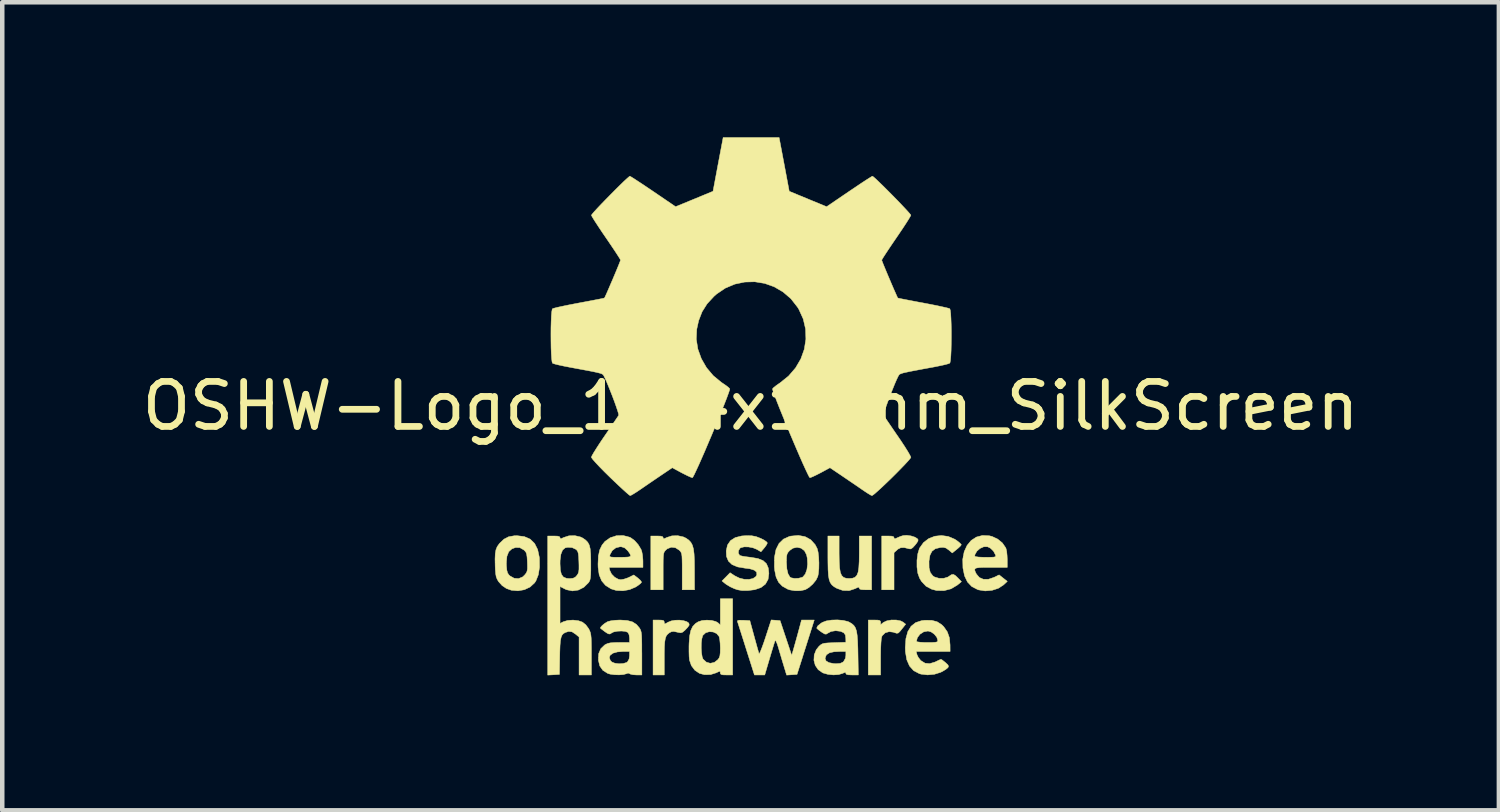
<source format=kicad_pcb>
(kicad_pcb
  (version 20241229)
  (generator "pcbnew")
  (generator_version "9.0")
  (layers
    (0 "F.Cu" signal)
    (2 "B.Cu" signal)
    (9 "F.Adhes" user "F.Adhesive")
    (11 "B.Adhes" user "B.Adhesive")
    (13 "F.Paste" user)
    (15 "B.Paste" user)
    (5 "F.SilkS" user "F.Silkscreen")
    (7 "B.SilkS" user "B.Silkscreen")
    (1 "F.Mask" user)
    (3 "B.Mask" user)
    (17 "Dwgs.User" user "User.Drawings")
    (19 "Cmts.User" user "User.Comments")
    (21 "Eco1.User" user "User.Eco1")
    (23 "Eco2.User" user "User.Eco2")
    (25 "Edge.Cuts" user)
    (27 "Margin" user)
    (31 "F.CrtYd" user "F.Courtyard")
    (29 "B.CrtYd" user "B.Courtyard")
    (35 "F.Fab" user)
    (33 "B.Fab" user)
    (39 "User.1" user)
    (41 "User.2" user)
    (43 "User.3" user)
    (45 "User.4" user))
  (footprint "OSHW-Logo_11.4x12mm_SilkScreen"
    (layer "F.Cu")
    (at 13.625 5.969)
    (property "Reference" "OSHW-Logo_11.4x12mm_SilkScreen" (at 0 0 0) (layer "F.SilkS") (effects (font (size 1 1) (thickness 0.15))))
    (attr exclude_from_pos_files exclude_from_bom)
    (fp_poly (pts (xy 3.564 2.887) (xy 3.649 2.914) (xy 3.704 2.947) (xy 3.722 2.973) (xy 3.717 3.004) (xy 3.685 3.053) (xy 3.658 3.087) (xy 3.602 3.149) (xy 3.56 3.176) (xy 3.524 3.174) (xy 3.418 3.147) (xy 3.34 3.148) (xy 3.277 3.179) (xy 3.256 3.197) (xy 3.187 3.26) (xy 3.187 4.084) (xy 2.914 4.084) (xy 2.914 2.889) (xy 3.05 2.889) (xy 3.133 2.892) (xy 3.175 2.903) (xy 3.187 2.926) (xy 3.187 2.927) (xy 3.193 2.95) (xy 3.22 2.947) (xy 3.256 2.93) (xy 3.331 2.898) (xy 3.392 2.879) (xy 3.471 2.874) (xy 3.564 2.887)) (stroke (width 0.01) (type solid)) (fill yes) (layer "F.SilkS"))
    (fp_poly (pts (xy 3.238 4.756) (xy 3.334 4.775) (xy 3.389 4.803) (xy 3.446 4.849) (xy 3.364 4.952) (xy 3.314 5.014) (xy 3.28 5.045) (xy 3.246 5.05) (xy 3.196 5.035) (xy 3.173 5.026) (xy 3.078 5.014) (xy 2.991 5.04) (xy 2.927 5.101) (xy 2.917 5.12) (xy 2.905 5.171) (xy 2.897 5.266) (xy 2.891 5.396) (xy 2.889 5.556) (xy 2.889 5.579) (xy 2.889 5.976) (xy 2.615 5.976) (xy 2.615 4.756) (xy 2.752 4.756) (xy 2.831 4.758) (xy 2.872 4.768) (xy 2.887 4.788) (xy 2.889 4.808) (xy 2.889 4.859) (xy 2.954 4.808) (xy 3.029 4.773) (xy 3.131 4.755) (xy 3.238 4.756)) (stroke (width 0.01) (type solid)) (fill yes) (layer "F.SilkS"))
    (fp_poly (pts (xy -1.967 4.759) (xy -1.93 4.77) (xy -1.918 4.795) (xy -1.917 4.806) (xy -1.915 4.837) (xy -1.9 4.841) (xy -1.86 4.82) (xy -1.837 4.806) (xy -1.761 4.775) (xy -1.672 4.76) (xy -1.577 4.758) (xy -1.489 4.77) (xy -1.417 4.792) (xy -1.372 4.824) (xy -1.363 4.865) (xy -1.367 4.875) (xy -1.4 4.921) (xy -1.452 4.976) (xy -1.461 4.985) (xy -1.51 5.026) (xy -1.552 5.04) (xy -1.611 5.03) (xy -1.635 5.024) (xy -1.708 5.009) (xy -1.76 5.016) (xy -1.804 5.039) (xy -1.844 5.071) (xy -1.874 5.111) (xy -1.894 5.166) (xy -1.907 5.245) (xy -1.914 5.355) (xy -1.917 5.503) (xy -1.917 5.592) (xy -1.917 5.976) (xy -2.166 5.976) (xy -2.166 4.756) (xy -2.042 4.756) (xy -1.967 4.759)) (stroke (width 0.01) (type solid)) (fill yes) (layer "F.SilkS"))
    (fp_poly (pts (xy 1.967 3.276) (xy 1.97 3.459) (xy 1.978 3.598) (xy 1.995 3.698) (xy 2.023 3.766) (xy 2.065 3.808) (xy 2.121 3.828) (xy 2.191 3.833) (xy 2.265 3.827) (xy 2.321 3.806) (xy 2.361 3.763) (xy 2.389 3.694) (xy 2.405 3.591) (xy 2.413 3.451) (xy 2.415 3.276) (xy 2.415 2.889) (xy 2.689 2.889) (xy 2.689 4.084) (xy 2.552 4.084) (xy 2.47 4.081) (xy 2.427 4.069) (xy 2.415 4.047) (xy 2.408 4.027) (xy 2.38 4.031) (xy 2.322 4.059) (xy 2.191 4.102) (xy 2.051 4.099) (xy 1.918 4.052) (xy 1.854 4.015) (xy 1.806 3.975) (xy 1.77 3.924) (xy 1.746 3.857) (xy 1.73 3.765) (xy 1.722 3.642) (xy 1.719 3.481) (xy 1.718 3.356) (xy 1.718 2.889) (xy 1.967 2.889) (xy 1.967 3.276)) (stroke (width 0.01) (type solid)) (fill yes) (layer "F.SilkS"))
    (fp_poly (pts (xy -1.493 2.909) (xy -1.431 2.939) (xy -1.371 2.982) (xy -1.326 3.031) (xy -1.292 3.094) (xy -1.269 3.177) (xy -1.255 3.288) (xy -1.248 3.434) (xy -1.246 3.622) (xy -1.246 3.642) (xy -1.245 4.084) (xy -1.519 4.084) (xy -1.519 3.676) (xy -1.519 3.525) (xy -1.521 3.416) (xy -1.524 3.34) (xy -1.531 3.289) (xy -1.543 3.255) (xy -1.56 3.229) (xy -1.585 3.203) (xy -1.67 3.149) (xy -1.762 3.138) (xy -1.851 3.173) (xy -1.881 3.199) (xy -1.904 3.223) (xy -1.92 3.249) (xy -1.931 3.285) (xy -1.937 3.339) (xy -1.941 3.418) (xy -1.942 3.533) (xy -1.942 3.672) (xy -1.942 4.084) (xy -2.216 4.084) (xy -2.216 2.889) (xy -2.079 2.889) (xy -1.997 2.892) (xy -1.955 2.903) (xy -1.942 2.926) (xy -1.942 2.927) (xy -1.937 2.949) (xy -1.911 2.946) (xy -1.861 2.922) (xy -1.748 2.886) (xy -1.618 2.882) (xy -1.493 2.909)) (stroke (width 0.01) (type solid)) (fill yes) (layer "F.SilkS"))
    (fp_poly (pts (xy 4.391 2.899) (xy 4.535 2.96) (xy 4.581 2.99) (xy 4.639 3.036) (xy 4.675 3.072) (xy 4.682 3.084) (xy 4.664 3.11) (xy 4.618 3.154) (xy 4.581 3.185) (xy 4.481 3.266) (xy 4.402 3.199) (xy 4.341 3.156) (xy 4.281 3.141) (xy 4.213 3.145) (xy 4.104 3.172) (xy 4.03 3.228) (xy 3.985 3.318) (xy 3.964 3.448) (xy 3.964 3.449) (xy 3.966 3.594) (xy 3.993 3.701) (xy 4.049 3.774) (xy 4.086 3.799) (xy 4.186 3.829) (xy 4.293 3.829) (xy 4.386 3.8) (xy 4.408 3.785) (xy 4.463 3.748) (xy 4.506 3.742) (xy 4.552 3.769) (xy 4.604 3.819) (xy 4.685 3.903) (xy 4.595 3.978) (xy 4.455 4.062) (xy 4.298 4.103) (xy 4.134 4.1) (xy 4.026 4.072) (xy 3.899 4.005) (xy 3.798 3.898) (xy 3.753 3.822) (xy 3.715 3.714) (xy 3.697 3.577) (xy 3.697 3.429) (xy 3.715 3.286) (xy 3.751 3.167) (xy 3.757 3.155) (xy 3.842 3.035) (xy 3.957 2.947) (xy 4.093 2.894) (xy 4.24 2.878) (xy 4.391 2.899)) (stroke (width 0.01) (type solid)) (fill yes) (layer "F.SilkS"))
    (fp_poly (pts (xy 1.21 2.903) (xy 1.336 2.972) (xy 1.434 3.08) (xy 1.48 3.168) (xy 1.5 3.246) (xy 1.513 3.357) (xy 1.519 3.485) (xy 1.517 3.613) (xy 1.506 3.726) (xy 1.494 3.786) (xy 1.454 3.868) (xy 1.383 3.956) (xy 1.298 4.032) (xy 1.214 4.082) (xy 1.212 4.082) (xy 1.108 4.104) (xy 0.985 4.105) (xy 0.867 4.085) (xy 0.822 4.069) (xy 0.705 4.003) (xy 0.622 3.916) (xy 0.567 3.801) (xy 0.536 3.651) (xy 0.529 3.572) (xy 0.53 3.473) (xy 0.797 3.473) (xy 0.806 3.618) (xy 0.832 3.728) (xy 0.873 3.798) (xy 0.902 3.818) (xy 0.977 3.832) (xy 1.066 3.828) (xy 1.144 3.808) (xy 1.164 3.797) (xy 1.217 3.732) (xy 1.252 3.633) (xy 1.267 3.513) (xy 1.26 3.383) (xy 1.244 3.306) (xy 1.197 3.216) (xy 1.123 3.16) (xy 1.033 3.14) (xy 0.941 3.16) (xy 0.87 3.21) (xy 0.832 3.252) (xy 0.811 3.292) (xy 0.8 3.347) (xy 0.797 3.432) (xy 0.797 3.473) (xy 0.53 3.473) (xy 0.531 3.362) (xy 0.565 3.189) (xy 0.632 3.055) (xy 0.731 2.958) (xy 0.862 2.899) (xy 0.89 2.892) (xy 1.06 2.876) (xy 1.21 2.903)) (stroke (width 0.01) (type solid)) (fill yes) (layer "F.SilkS"))
    (fp_poly (pts (xy 0.558 4.761) (xy 0.656 4.769) (xy 0.785 5.155) (xy 0.914 5.541) (xy 0.954 5.404) (xy 0.978 5.319) (xy 1.01 5.205) (xy 1.045 5.079) (xy 1.063 5.012) (xy 1.132 4.756) (xy 1.415 4.756) (xy 1.33 5.024) (xy 1.288 5.156) (xy 1.238 5.314) (xy 1.185 5.48) (xy 1.139 5.628) (xy 1.032 5.964) (xy 0.801 5.979) (xy 0.738 5.772) (xy 0.699 5.644) (xy 0.657 5.502) (xy 0.62 5.377) (xy 0.619 5.372) (xy 0.592 5.288) (xy 0.567 5.23) (xy 0.55 5.208) (xy 0.547 5.21) (xy 0.534 5.244) (xy 0.511 5.317) (xy 0.48 5.419) (xy 0.443 5.542) (xy 0.423 5.609) (xy 0.315 5.976) (xy 0.086 5.976) (xy -0.098 5.397) (xy -0.149 5.235) (xy -0.196 5.088) (xy -0.236 4.962) (xy -0.267 4.865) (xy -0.287 4.804) (xy -0.293 4.786) (xy -0.288 4.768) (xy -0.251 4.76) (xy -0.173 4.761) (xy -0.16 4.761) (xy -0.016 4.769) (xy 0.079 5.117) (xy 0.114 5.244) (xy 0.145 5.356) (xy 0.17 5.443) (xy 0.185 5.495) (xy 0.188 5.503) (xy 0.2 5.494) (xy 0.224 5.443) (xy 0.257 5.359) (xy 0.297 5.248) (xy 0.331 5.147) (xy 0.459 4.754) (xy 0.558 4.761)) (stroke (width 0.01) (type solid)) (fill yes) (layer "F.SilkS"))
    (fp_poly (pts (xy -5.027 2.902) (xy -4.896 2.959) (xy -4.798 3.055) (xy -4.73 3.19) (xy -4.693 3.364) (xy -4.691 3.391) (xy -4.689 3.582) (xy -4.715 3.75) (xy -4.769 3.886) (xy -4.798 3.93) (xy -4.898 4.022) (xy -5.025 4.082) (xy -5.168 4.107) (xy -5.314 4.094) (xy -5.424 4.055) (xy -5.52 3.99) (xy -5.597 3.904) (xy -5.599 3.902) (xy -5.63 3.849) (xy -5.651 3.795) (xy -5.663 3.728) (xy -5.671 3.633) (xy -5.674 3.555) (xy -5.675 3.484) (xy -5.426 3.484) (xy -5.424 3.554) (xy -5.415 3.648) (xy -5.399 3.708) (xy -5.371 3.751) (xy -5.345 3.776) (xy -5.252 3.828) (xy -5.154 3.835) (xy -5.063 3.798) (xy -5.018 3.755) (xy -4.985 3.713) (xy -4.966 3.672) (xy -4.957 3.619) (xy -4.957 3.54) (xy -4.959 3.467) (xy -4.965 3.363) (xy -4.974 3.295) (xy -4.99 3.251) (xy -5.017 3.217) (xy -5.038 3.198) (xy -5.127 3.147) (xy -5.223 3.145) (xy -5.303 3.175) (xy -5.372 3.237) (xy -5.413 3.34) (xy -5.426 3.484) (xy -5.675 3.484) (xy -5.677 3.4) (xy -5.672 3.284) (xy -5.657 3.196) (xy -5.63 3.128) (xy -5.588 3.067) (xy -5.573 3.049) (xy -5.478 2.959) (xy -5.375 2.906) (xy -5.25 2.884) (xy -5.189 2.882) (xy -5.027 2.902)) (stroke (width 0.01) (type solid)) (fill yes) (layer "F.SilkS"))
    (fp_poly (pts (xy -0.398 5.976) (xy -0.535 5.976) (xy -0.615 5.974) (xy -0.656 5.964) (xy -0.671 5.944) (xy -0.672 5.929) (xy -0.675 5.901) (xy -0.691 5.895) (xy -0.732 5.913) (xy -0.765 5.929) (xy -0.889 5.968) (xy -1.024 5.97) (xy -1.134 5.941) (xy -1.237 5.872) (xy -1.315 5.769) (xy -1.357 5.647) (xy -1.358 5.64) (xy -1.365 5.566) (xy -1.368 5.46) (xy -1.368 5.379) (xy -1.096 5.379) (xy -1.089 5.486) (xy -1.075 5.574) (xy -1.056 5.624) (xy -0.982 5.692) (xy -0.895 5.717) (xy -0.805 5.697) (xy -0.728 5.638) (xy -0.699 5.598) (xy -0.682 5.551) (xy -0.674 5.482) (xy -0.672 5.379) (xy -0.676 5.276) (xy -0.685 5.186) (xy -0.698 5.126) (xy -0.7 5.12) (xy -0.754 5.056) (xy -0.831 5.021) (xy -0.918 5.015) (xy -0.998 5.039) (xy -1.058 5.095) (xy -1.064 5.106) (xy -1.083 5.173) (xy -1.094 5.269) (xy -1.096 5.379) (xy -1.368 5.379) (xy -1.368 5.338) (xy -1.366 5.273) (xy -1.354 5.111) (xy -1.328 4.99) (xy -1.286 4.9) (xy -1.224 4.834) (xy -1.163 4.795) (xy -1.078 4.767) (xy -0.972 4.758) (xy -0.864 4.765) (xy -0.772 4.789) (xy -0.723 4.818) (xy -0.672 4.864) (xy -0.672 4.283) (xy -0.398 4.283) (xy -0.398 5.976)) (stroke (width 0.01) (type solid)) (fill yes) (layer "F.SilkS"))
    (fp_poly (pts (xy 5.303 2.884) (xy 5.367 2.9) (xy 5.489 2.957) (xy 5.594 3.043) (xy 5.666 3.147) (xy 5.676 3.17) (xy 5.69 3.231) (xy 5.699 3.322) (xy 5.703 3.413) (xy 5.703 3.586) (xy 5.341 3.586) (xy 5.193 3.586) (xy 5.088 3.59) (xy 5.021 3.599) (xy 4.987 3.616) (xy 4.979 3.643) (xy 4.992 3.684) (xy 5.016 3.732) (xy 5.082 3.811) (xy 5.174 3.851) (xy 5.286 3.85) (xy 5.412 3.807) (xy 5.522 3.753) (xy 5.613 3.825) (xy 5.704 3.897) (xy 5.619 3.976) (xy 5.504 4.051) (xy 5.364 4.096) (xy 5.212 4.109) (xy 5.066 4.086) (xy 5.043 4.078) (xy 4.914 4.011) (xy 4.819 3.911) (xy 4.754 3.775) (xy 4.718 3.6) (xy 4.718 3.597) (xy 4.714 3.406) (xy 4.727 3.338) (xy 4.98 3.338) (xy 5.004 3.348) (xy 5.067 3.357) (xy 5.16 3.361) (xy 5.219 3.362) (xy 5.329 3.361) (xy 5.397 3.359) (xy 5.433 3.351) (xy 5.446 3.337) (xy 5.443 3.315) (xy 5.44 3.306) (xy 5.395 3.223) (xy 5.325 3.156) (xy 5.263 3.127) (xy 5.181 3.128) (xy 5.098 3.165) (xy 5.028 3.226) (xy 4.986 3.299) (xy 4.98 3.338) (xy 4.727 3.338) (xy 4.746 3.238) (xy 4.81 3.098) (xy 4.901 2.988) (xy 5.016 2.913) (xy 5.151 2.877) (xy 5.303 2.884)) (stroke (width 0.01) (type solid)) (fill yes) (layer "F.SilkS"))
    (fp_poly (pts (xy 0.028 2.884) (xy 0.122 2.902) (xy 0.22 2.94) (xy 0.23 2.944) (xy 0.305 2.983) (xy 0.356 3.02) (xy 0.373 3.043) (xy 0.357 3.081) (xy 0.318 3.137) (xy 0.301 3.158) (xy 0.231 3.24) (xy 0.14 3.186) (xy 0.054 3.151) (xy -0.045 3.132) (xy -0.141 3.13) (xy -0.215 3.148) (xy -0.233 3.159) (xy -0.266 3.211) (xy -0.271 3.27) (xy -0.245 3.316) (xy -0.23 3.324) (xy -0.186 3.336) (xy -0.107 3.349) (xy -0.01 3.361) (xy 0.008 3.363) (xy 0.164 3.39) (xy 0.278 3.436) (xy 0.353 3.505) (xy 0.394 3.601) (xy 0.407 3.719) (xy 0.389 3.852) (xy 0.331 3.957) (xy 0.232 4.034) (xy 0.093 4.082) (xy -0.062 4.101) (xy -0.189 4.101) (xy -0.291 4.083) (xy -0.361 4.059) (xy -0.45 4.018) (xy -0.531 3.97) (xy -0.56 3.949) (xy -0.635 3.888) (xy -0.545 3.797) (xy -0.455 3.705) (xy -0.352 3.773) (xy -0.25 3.824) (xy -0.14 3.851) (xy -0.034 3.853) (xy 0.056 3.833) (xy 0.119 3.789) (xy 0.139 3.753) (xy 0.136 3.694) (xy 0.085 3.649) (xy -0.013 3.618) (xy -0.121 3.604) (xy -0.287 3.576) (xy -0.41 3.525) (xy -0.492 3.447) (xy -0.535 3.343) (xy -0.541 3.218) (xy -0.512 3.089) (xy -0.445 2.991) (xy -0.34 2.924) (xy -0.196 2.888) (xy -0.089 2.881) (xy 0.028 2.884)) (stroke (width 0.01) (type solid)) (fill yes) (layer "F.SilkS"))
    (fp_poly (pts (xy 4.025 4.763) (xy 4.144 4.794) (xy 4.244 4.858) (xy 4.292 4.905) (xy 4.371 5.018) (xy 4.417 5.149) (xy 4.432 5.31) (xy 4.432 5.323) (xy 4.433 5.454) (xy 3.68 5.454) (xy 3.696 5.522) (xy 3.725 5.584) (xy 3.776 5.649) (xy 3.786 5.659) (xy 3.877 5.715) (xy 3.981 5.724) (xy 4.101 5.688) (xy 4.121 5.678) (xy 4.183 5.648) (xy 4.225 5.63) (xy 4.232 5.629) (xy 4.258 5.644) (xy 4.306 5.682) (xy 4.331 5.702) (xy 4.382 5.75) (xy 4.398 5.781) (xy 4.387 5.81) (xy 4.38 5.817) (xy 4.338 5.852) (xy 4.269 5.894) (xy 4.221 5.918) (xy 4.084 5.961) (xy 3.932 5.975) (xy 3.788 5.958) (xy 3.748 5.946) (xy 3.623 5.88) (xy 3.531 5.777) (xy 3.47 5.637) (xy 3.44 5.459) (xy 3.437 5.366) (xy 3.447 5.231) (xy 3.685 5.231) (xy 3.709 5.241) (xy 3.771 5.249) (xy 3.861 5.254) (xy 3.922 5.254) (xy 4.032 5.254) (xy 4.101 5.25) (xy 4.14 5.242) (xy 4.156 5.227) (xy 4.159 5.205) (xy 4.137 5.138) (xy 4.084 5.072) (xy 4.013 5.021) (xy 3.942 5) (xy 3.846 5.018) (xy 3.763 5.072) (xy 3.705 5.149) (xy 3.685 5.231) (xy 3.447 5.231) (xy 3.451 5.169) (xy 3.494 5.012) (xy 3.566 4.894) (xy 3.668 4.813) (xy 3.802 4.769) (xy 3.875 4.761) (xy 4.025 4.763)) (stroke (width 0.01) (type solid)) (fill yes) (layer "F.SilkS"))
    (fp_poly (pts (xy -2.687 2.916) (xy -2.662 2.928) (xy -2.576 2.991) (xy -2.495 3.083) (xy -2.434 3.184) (xy -2.417 3.23) (xy -2.401 3.313) (xy -2.392 3.414) (xy -2.391 3.455) (xy -2.391 3.586) (xy -3.143 3.586) (xy -3.127 3.654) (xy -3.088 3.735) (xy -3.019 3.805) (xy -2.937 3.85) (xy -2.885 3.86) (xy -2.814 3.848) (xy -2.73 3.82) (xy -2.701 3.807) (xy -2.595 3.754) (xy -2.504 3.823) (xy -2.452 3.87) (xy -2.424 3.908) (xy -2.423 3.919) (xy -2.448 3.947) (xy -2.502 3.989) (xy -2.551 4.021) (xy -2.685 4.079) (xy -2.834 4.106) (xy -2.982 4.099) (xy -3.1 4.063) (xy -3.222 3.986) (xy -3.308 3.885) (xy -3.363 3.754) (xy -3.387 3.587) (xy -3.389 3.511) (xy -3.381 3.337) (xy -3.38 3.332) (xy -3.13 3.332) (xy -3.123 3.348) (xy -3.095 3.357) (xy -3.037 3.361) (xy -2.94 3.362) (xy -2.903 3.362) (xy -2.789 3.36) (xy -2.717 3.356) (xy -2.679 3.346) (xy -2.665 3.33) (xy -2.665 3.325) (xy -2.68 3.284) (xy -2.719 3.228) (xy -2.736 3.208) (xy -2.798 3.152) (xy -2.864 3.13) (xy -2.899 3.128) (xy -2.993 3.151) (xy -3.073 3.213) (xy -3.123 3.303) (xy -3.124 3.306) (xy -3.13 3.332) (xy -3.38 3.332) (xy -3.352 3.199) (xy -3.299 3.089) (xy -3.236 3.011) (xy -3.118 2.927) (xy -2.979 2.882) (xy -2.831 2.878) (xy -2.687 2.916)) (stroke (width 0.01) (type solid)) (fill yes) (layer "F.SilkS"))
    (fp_poly (pts (xy 2.056 4.764) (xy 2.161 4.789) (xy 2.192 4.803) (xy 2.251 4.838) (xy 2.296 4.878) (xy 2.329 4.929) (xy 2.353 4.999) (xy 2.368 5.093) (xy 2.378 5.22) (xy 2.384 5.386) (xy 2.386 5.497) (xy 2.394 5.976) (xy 2.256 5.976) (xy 2.171 5.973) (xy 2.128 5.961) (xy 2.117 5.941) (xy 2.111 5.919) (xy 2.084 5.923) (xy 2.048 5.94) (xy 1.958 5.967) (xy 1.842 5.975) (xy 1.72 5.963) (xy 1.611 5.932) (xy 1.602 5.928) (xy 1.503 5.859) (xy 1.437 5.762) (xy 1.407 5.649) (xy 1.41 5.608) (xy 1.655 5.608) (xy 1.676 5.663) (xy 1.74 5.702) (xy 1.844 5.723) (xy 1.899 5.726) (xy 1.991 5.719) (xy 2.052 5.691) (xy 2.067 5.678) (xy 2.107 5.606) (xy 2.117 5.541) (xy 2.117 5.454) (xy 1.995 5.454) (xy 1.854 5.461) (xy 1.755 5.483) (xy 1.693 5.523) (xy 1.679 5.541) (xy 1.655 5.608) (xy 1.41 5.608) (xy 1.414 5.53) (xy 1.459 5.417) (xy 1.52 5.34) (xy 1.557 5.307) (xy 1.594 5.285) (xy 1.641 5.272) (xy 1.711 5.265) (xy 1.815 5.26) (xy 1.857 5.258) (xy 2.117 5.25) (xy 2.116 5.171) (xy 2.106 5.088) (xy 2.07 5.038) (xy 1.996 5.006) (xy 1.994 5.006) (xy 1.89 4.993) (xy 1.788 5.01) (xy 1.712 5.05) (xy 1.682 5.069) (xy 1.649 5.067) (xy 1.599 5.038) (xy 1.569 5.018) (xy 1.511 4.975) (xy 1.475 4.943) (xy 1.47 4.933) (xy 1.493 4.886) (xy 1.563 4.829) (xy 1.594 4.809) (xy 1.681 4.776) (xy 1.799 4.757) (xy 1.93 4.753) (xy 2.056 4.764)) (stroke (width 0.01) (type solid)) (fill yes) (layer "F.SilkS"))
    (fp_poly (pts (xy -2.741 4.766) (xy -2.624 4.797) (xy -2.535 4.854) (xy -2.472 4.928) (xy -2.452 4.96) (xy -2.438 4.993) (xy -2.428 5.035) (xy -2.421 5.095) (xy -2.418 5.179) (xy -2.416 5.296) (xy -2.416 5.453) (xy -2.415 5.495) (xy -2.415 5.976) (xy -2.535 5.976) (xy -2.611 5.971) (xy -2.668 5.958) (xy -2.682 5.949) (xy -2.72 5.935) (xy -2.76 5.949) (xy -2.825 5.967) (xy -2.919 5.974) (xy -3.024 5.971) (xy -3.119 5.958) (xy -3.175 5.941) (xy -3.283 5.872) (xy -3.35 5.776) (xy -3.381 5.648) (xy -3.381 5.645) (xy -3.378 5.588) (xy -3.138 5.588) (xy -3.117 5.652) (xy -3.082 5.689) (xy -3.013 5.716) (xy -2.923 5.727) (xy -2.83 5.722) (xy -2.756 5.7) (xy -2.735 5.686) (xy -2.699 5.622) (xy -2.689 5.549) (xy -2.689 5.454) (xy -2.827 5.454) (xy -2.958 5.464) (xy -3.057 5.492) (xy -3.119 5.537) (xy -3.138 5.588) (xy -3.378 5.588) (xy -3.375 5.505) (xy -3.328 5.394) (xy -3.242 5.311) (xy -3.23 5.303) (xy -3.178 5.278) (xy -3.115 5.263) (xy -3.026 5.256) (xy -2.92 5.254) (xy -2.689 5.254) (xy -2.689 5.158) (xy -2.699 5.083) (xy -2.724 5.033) (xy -2.727 5.03) (xy -2.783 5.008) (xy -2.866 5) (xy -2.959 5.004) (xy -3.041 5.02) (xy -3.089 5.044) (xy -3.116 5.063) (xy -3.143 5.067) (xy -3.182 5.051) (xy -3.24 5.012) (xy -3.327 4.945) (xy -3.335 4.939) (xy -3.331 4.916) (xy -3.296 4.877) (xy -3.245 4.835) (xy -3.188 4.799) (xy -3.17 4.79) (xy -3.104 4.773) (xy -3.008 4.761) (xy -2.901 4.756) (xy -2.896 4.756) (xy -2.741 4.766)) (stroke (width 0.01) (type solid)) (fill yes) (layer "F.SilkS"))
    (fp_poly (pts (xy -3.78 2.91) (xy -3.728 2.935) (xy -3.663 2.981) (xy -3.616 3.03) (xy -3.583 3.092) (xy -3.563 3.175) (xy -3.553 3.288) (xy -3.549 3.438) (xy -3.549 3.503) (xy -3.549 3.645) (xy -3.552 3.747) (xy -3.558 3.817) (xy -3.568 3.865) (xy -3.584 3.901) (xy -3.6 3.925) (xy -3.704 4.028) (xy -3.826 4.09) (xy -3.958 4.109) (xy -4.091 4.082) (xy -4.133 4.062) (xy -4.233 4.01) (xy -4.233 4.832) (xy -4.16 4.794) (xy -4.063 4.765) (xy -3.944 4.757) (xy -3.825 4.771) (xy -3.736 4.802) (xy -3.661 4.862) (xy -3.598 4.947) (xy -3.593 4.956) (xy -3.573 4.997) (xy -3.558 5.038) (xy -3.548 5.089) (xy -3.541 5.156) (xy -3.538 5.249) (xy -3.536 5.377) (xy -3.536 5.52) (xy -3.536 5.976) (xy -3.81 5.976) (xy -3.81 5.134) (xy -3.887 5.07) (xy -3.966 5.018) (xy -4.042 5.009) (xy -4.117 5.033) (xy -4.158 5.057) (xy -4.188 5.09) (xy -4.209 5.141) (xy -4.224 5.216) (xy -4.233 5.323) (xy -4.238 5.469) (xy -4.24 5.566) (xy -4.246 5.964) (xy -4.377 5.972) (xy -4.507 5.979) (xy -4.507 3.507) (xy -4.233 3.507) (xy -4.226 3.644) (xy -4.203 3.74) (xy -4.159 3.8) (xy -4.091 3.829) (xy -4.022 3.835) (xy -3.944 3.828) (xy -3.892 3.802) (xy -3.859 3.766) (xy -3.834 3.729) (xy -3.819 3.687) (xy -3.812 3.628) (xy -3.812 3.539) (xy -3.814 3.465) (xy -3.819 3.354) (xy -3.827 3.281) (xy -3.84 3.234) (xy -3.861 3.203) (xy -3.881 3.185) (xy -3.965 3.146) (xy -4.063 3.14) (xy -4.12 3.153) (xy -4.176 3.201) (xy -4.214 3.295) (xy -4.232 3.433) (xy -4.233 3.507) (xy -4.507 3.507) (xy -4.507 2.889) (xy -4.37 2.889) (xy -4.288 2.892) (xy -4.246 2.903) (xy -4.233 2.926) (xy -4.233 2.927) (xy -4.228 2.949) (xy -4.202 2.946) (xy -4.152 2.922) (xy -4.036 2.885) (xy -3.905 2.881) (xy -3.78 2.91)) (stroke (width 0.01) (type solid)) (fill yes) (layer "F.SilkS"))
    (fp_poly (pts (xy 0.747 -5.367) (xy 0.859 -4.77) (xy 1.275 -4.598) (xy 1.69 -4.427) (xy 2.188 -4.766) (xy 2.328 -4.86) (xy 2.454 -4.945) (xy 2.561 -5.015) (xy 2.643 -5.067) (xy 2.693 -5.098) (xy 2.707 -5.105) (xy 2.732 -5.088) (xy 2.785 -5.041) (xy 2.86 -4.969) (xy 2.952 -4.88) (xy 3.054 -4.778) (xy 3.161 -4.67) (xy 3.266 -4.563) (xy 3.363 -4.461) (xy 3.447 -4.372) (xy 3.512 -4.301) (xy 3.552 -4.253) (xy 3.561 -4.238) (xy 3.547 -4.209) (xy 3.509 -4.145) (xy 3.451 -4.053) (xy 3.376 -3.939) (xy 3.288 -3.809) (xy 3.237 -3.734) (xy 3.145 -3.599) (xy 3.063 -3.477) (xy 2.995 -3.374) (xy 2.945 -3.296) (xy 2.918 -3.25) (xy 2.914 -3.24) (xy 2.923 -3.213) (xy 2.948 -3.149) (xy 2.986 -3.057) (xy 3.032 -2.946) (xy 3.083 -2.826) (xy 3.134 -2.706) (xy 3.182 -2.594) (xy 3.224 -2.5) (xy 3.254 -2.432) (xy 3.271 -2.399) (xy 3.272 -2.398) (xy 3.297 -2.392) (xy 3.364 -2.378) (xy 3.466 -2.358) (xy 3.597 -2.333) (xy 3.748 -2.304) (xy 3.837 -2.288) (xy 3.998 -2.257) (xy 4.145 -2.228) (xy 4.268 -2.201) (xy 4.36 -2.18) (xy 4.415 -2.165) (xy 4.426 -2.16) (xy 4.437 -2.127) (xy 4.446 -2.053) (xy 4.452 -1.947) (xy 4.457 -1.817) (xy 4.46 -1.671) (xy 4.46 -1.519) (xy 4.458 -1.369) (xy 4.455 -1.23) (xy 4.449 -1.11) (xy 4.441 -1.018) (xy 4.431 -0.962) (xy 4.425 -0.951) (xy 4.39 -0.937) (xy 4.316 -0.917) (xy 4.212 -0.894) (xy 4.089 -0.869) (xy 4.046 -0.861) (xy 3.838 -0.823) (xy 3.674 -0.792) (xy 3.548 -0.768) (xy 3.455 -0.748) (xy 3.389 -0.733) (xy 3.346 -0.719) (xy 3.318 -0.707) (xy 3.302 -0.696) (xy 3.3 -0.693) (xy 3.278 -0.656) (xy 3.243 -0.583) (xy 3.2 -0.483) (xy 3.153 -0.366) (xy 3.103 -0.241) (xy 3.056 -0.115) (xy 3.014 0.001) (xy 2.981 0.099) (xy 2.96 0.171) (xy 2.954 0.206) (xy 2.954 0.207) (xy 2.973 0.236) (xy 3.016 0.299) (xy 3.078 0.39) (xy 3.154 0.502) (xy 3.241 0.629) (xy 3.266 0.665) (xy 3.355 0.796) (xy 3.433 0.915) (xy 3.496 1.016) (xy 3.539 1.092) (xy 3.56 1.136) (xy 3.561 1.142) (xy 3.544 1.17) (xy 3.496 1.226) (xy 3.424 1.304) (xy 3.334 1.397) (xy 3.232 1.501) (xy 3.124 1.608) (xy 3.016 1.712) (xy 2.914 1.809) (xy 2.825 1.89) (xy 2.755 1.952) (xy 2.709 1.986) (xy 2.696 1.992) (xy 2.667 1.979) (xy 2.607 1.943) (xy 2.526 1.89) (xy 2.463 1.847) (xy 2.35 1.769) (xy 2.216 1.678) (xy 2.081 1.586) (xy 2.009 1.537) (xy 1.764 1.372) (xy 1.559 1.483) (xy 1.465 1.531) (xy 1.385 1.569) (xy 1.331 1.591) (xy 1.318 1.594) (xy 1.301 1.572) (xy 1.269 1.509) (xy 1.223 1.412) (xy 1.165 1.285) (xy 1.099 1.136) (xy 1.027 0.969) (xy 0.951 0.791) (xy 0.873 0.607) (xy 0.796 0.422) (xy 0.723 0.244) (xy 0.655 0.077) (xy 0.596 -0.072) (xy 0.547 -0.199) (xy 0.511 -0.297) (xy 0.491 -0.36) (xy 0.488 -0.381) (xy 0.513 -0.409) (xy 0.57 -0.454) (xy 0.644 -0.506) (xy 0.651 -0.51) (xy 0.844 -0.665) (xy 1 -0.846) (xy 1.117 -1.046) (xy 1.194 -1.261) (xy 1.229 -1.484) (xy 1.222 -1.71) (xy 1.17 -1.933) (xy 1.073 -2.147) (xy 1.044 -2.194) (xy 0.896 -2.383) (xy 0.72 -2.534) (xy 0.524 -2.648) (xy 0.313 -2.723) (xy 0.093 -2.759) (xy -0.13 -2.753) (xy -0.349 -2.707) (xy -0.559 -2.619) (xy -0.753 -2.488) (xy -0.813 -2.435) (xy -0.966 -2.269) (xy -1.077 -2.093) (xy -1.153 -1.897) (xy -1.196 -1.703) (xy -1.206 -1.484) (xy -1.171 -1.264) (xy -1.094 -1.051) (xy -0.979 -0.851) (xy -0.829 -0.673) (xy -0.647 -0.523) (xy -0.623 -0.507) (xy -0.548 -0.456) (xy -0.49 -0.411) (xy -0.463 -0.382) (xy -0.462 -0.381) (xy -0.468 -0.35) (xy -0.492 -0.28) (xy -0.53 -0.176) (xy -0.581 -0.045) (xy -0.642 0.109) (xy -0.711 0.278) (xy -0.786 0.458) (xy -0.863 0.643) (xy -0.941 0.826) (xy -1.016 1.003) (xy -1.088 1.167) (xy -1.152 1.312) (xy -1.208 1.433) (xy -1.251 1.524) (xy -1.281 1.579) (xy -1.293 1.594) (xy -1.329 1.582) (xy -1.397 1.552) (xy -1.485 1.508) (xy -1.534 1.483) (xy -1.739 1.372) (xy -1.984 1.537) (xy -2.109 1.622) (xy -2.246 1.715) (xy -2.374 1.803) (xy -2.438 1.847) (xy -2.528 1.908) (xy -2.605 1.956) (xy -2.658 1.986) (xy -2.675 1.992) (xy -2.7 1.975) (xy -2.755 1.928) (xy -2.835 1.856) (xy -2.934 1.764) (xy -3.048 1.656) (xy -3.12 1.587) (xy -3.245 1.464) (xy -3.354 1.353) (xy -3.441 1.26) (xy -3.503 1.19) (xy -3.534 1.147) (xy -3.537 1.138) (xy -3.523 1.105) (xy -3.485 1.038) (xy -3.426 0.944) (xy -3.352 0.829) (xy -3.266 0.701) (xy -3.241 0.665) (xy -3.152 0.535) (xy -3.072 0.418) (xy -3.006 0.321) (xy -2.958 0.25) (xy -2.932 0.211) (xy -2.93 0.207) (xy -2.933 0.176) (xy -2.953 0.108) (xy -2.985 0.013) (xy -3.026 -0.102) (xy -3.073 -0.227) (xy -3.123 -0.353) (xy -3.171 -0.472) (xy -3.214 -0.574) (xy -3.25 -0.65) (xy -3.273 -0.691) (xy -3.275 -0.693) (xy -3.29 -0.705) (xy -3.314 -0.717) (xy -3.355 -0.73) (xy -3.416 -0.745) (xy -3.503 -0.764) (xy -3.622 -0.787) (xy -3.779 -0.816) (xy -3.978 -0.853) (xy -4.021 -0.861) (xy -4.149 -0.886) (xy -4.26 -0.91) (xy -4.345 -0.931) (xy -4.394 -0.947) (xy -4.401 -0.951) (xy -4.411 -0.984) (xy -4.42 -1.058) (xy -4.427 -1.165) (xy -4.432 -1.295) (xy -4.434 -1.441) (xy -4.435 -1.593) (xy -4.434 -1.743) (xy -4.43 -1.882) (xy -4.425 -2.002) (xy -4.417 -2.093) (xy -4.407 -2.148) (xy -4.401 -2.16) (xy -4.369 -2.171) (xy -4.295 -2.19) (xy -4.186 -2.214) (xy -4.051 -2.242) (xy -3.896 -2.272) (xy -3.812 -2.288) (xy -3.652 -2.318) (xy -3.509 -2.345) (xy -3.391 -2.368) (xy -3.304 -2.385) (xy -3.255 -2.396) (xy -3.247 -2.398) (xy -3.233 -2.424) (xy -3.204 -2.487) (xy -3.164 -2.578) (xy -3.117 -2.688) (xy -3.065 -2.808) (xy -3.014 -2.929) (xy -2.967 -3.042) (xy -2.928 -3.137) (xy -2.901 -3.206) (xy -2.889 -3.24) (xy -2.889 -3.241) (xy -2.902 -3.268) (xy -2.94 -3.329) (xy -2.999 -3.42) (xy -3.074 -3.532) (xy -3.161 -3.661) (xy -3.212 -3.735) (xy -3.305 -3.871) (xy -3.387 -3.995) (xy -3.455 -4.099) (xy -3.505 -4.179) (xy -3.532 -4.227) (xy -3.536 -4.238) (xy -3.519 -4.263) (xy -3.473 -4.317) (xy -3.402 -4.394) (xy -3.314 -4.487) (xy -3.214 -4.59) (xy -3.108 -4.698) (xy -3.002 -4.805) (xy -2.902 -4.904) (xy -2.814 -4.99) (xy -2.743 -5.055) (xy -2.697 -5.095) (xy -2.682 -5.105) (xy -2.656 -5.091) (xy -2.596 -5.054) (xy -2.506 -4.995) (xy -2.393 -4.921) (xy -2.262 -4.833) (xy -2.163 -4.766) (xy -1.665 -4.427) (xy -1.25 -4.598) (xy -0.834 -4.77) (xy -0.722 -5.367) (xy -0.609 -5.964) (xy 0.634 -5.964) (xy 0.747 -5.367)) (stroke (width 0.01) (type solid)) (fill yes) (layer "F.SilkS")))
  (gr_rect
    (start -3 -3)
    (end 30.25 14.953)
    (stroke (width 0.1) (type default))
    (fill no)
    (layer "Edge.Cuts")))
</source>
